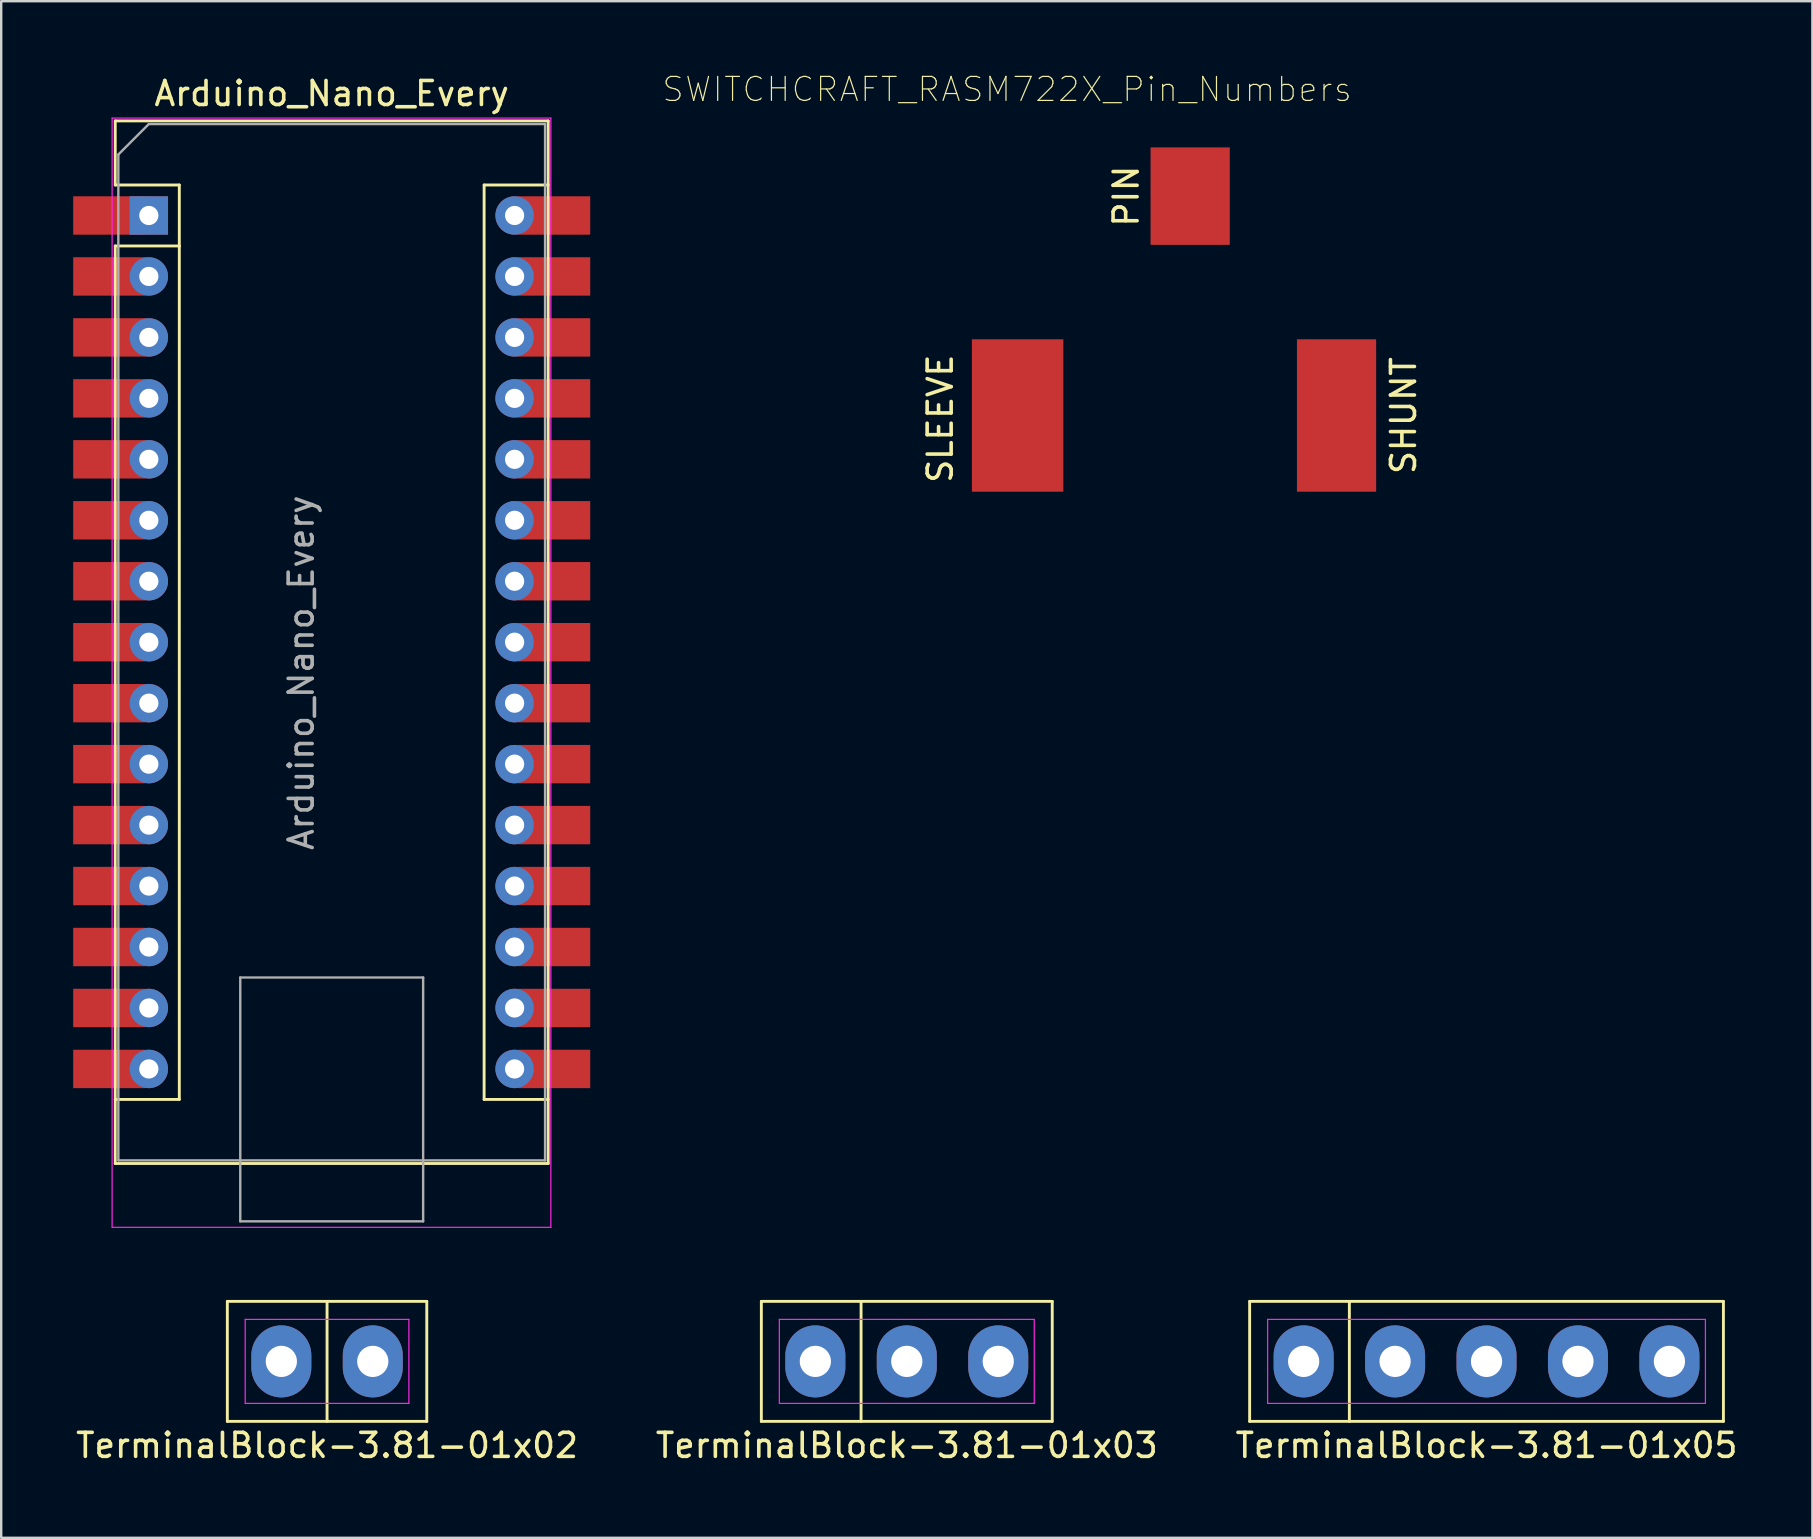
<source format=kicad_pcb>
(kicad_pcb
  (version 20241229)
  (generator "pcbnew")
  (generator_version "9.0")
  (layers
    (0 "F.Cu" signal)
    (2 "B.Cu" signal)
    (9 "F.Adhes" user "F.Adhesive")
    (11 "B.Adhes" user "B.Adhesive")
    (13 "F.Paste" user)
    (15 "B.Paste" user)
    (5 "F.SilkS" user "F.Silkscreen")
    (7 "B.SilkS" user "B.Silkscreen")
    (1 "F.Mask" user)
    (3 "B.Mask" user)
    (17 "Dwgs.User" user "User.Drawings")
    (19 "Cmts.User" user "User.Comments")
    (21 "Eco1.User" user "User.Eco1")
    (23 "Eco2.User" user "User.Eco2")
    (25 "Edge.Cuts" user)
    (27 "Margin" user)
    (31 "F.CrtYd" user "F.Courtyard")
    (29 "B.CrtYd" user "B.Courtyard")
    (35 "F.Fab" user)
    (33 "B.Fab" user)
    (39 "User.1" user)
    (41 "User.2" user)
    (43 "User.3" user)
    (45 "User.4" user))
  (footprint "SWITCHCRAFT_RASM722X_Pin_Numbers"
    (layer "F.Cu")
    (at 46.539 5.122)
    (property "Reference" "SWITCHCRAFT_RASM722X_Pin_Numbers" (at -7.627 -4.449 0) (layer "F.SilkS") (effects (font (size 1.001 1.001) (thickness 0.05))))
    (attr smd)
    (fp_text user "SHUNT" (at 8.89 9.144 90) (layer "F.SilkS") (effects (font (size 1 1) (thickness 0.15))))
    (fp_text user "SLEEVE" (at -10.414 9.271 90) (layer "F.SilkS") (effects (font (size 1 1) (thickness 0.15))))
    (fp_text user "PIN" (at -2.667 0 90) (layer "F.SilkS") (effects (font (size 1 1) (thickness 0.15))))
    (pad "1" smd rect (at 0 0 90) (size 4.06 3.3) (layers "F.Cu" "F.Mask" "F.Paste"))
    (pad "2" smd rect (at -7.189 9.14 90) (size 6.35 3.81) (layers "F.Cu" "F.Mask" "F.Paste"))
    (pad "3" smd rect (at 6.099 9.14 90) (size 6.35 3.3) (layers "F.Cu" "F.Mask" "F.Paste")))
  (footprint "TerminalBlock-3.81-01x05"
    (layer "F.Cu")
    (at 58.887 53.673)
    (property "Reference" "TerminalBlock-3.81-01x05" (at 0 3.5 0) (layer "F.SilkS") (effects (font (size 1 1) (thickness 0.15))))
    (attr through_hole)
    (fp_line (start -9.87 -2.5) (end 9.87 -2.5) (stroke (width 0.12) (type solid)) (layer "F.SilkS"))
    (fp_line (start -9.87 2.5) (end -9.87 -2.5) (stroke (width 0.12) (type solid)) (layer "F.SilkS"))
    (fp_line (start -5.715 -2.5) (end -5.715 2.5) (stroke (width 0.12) (type solid)) (layer "F.SilkS"))
    (fp_line (start 9.87 -2.5) (end 9.87 2.5) (stroke (width 0.12) (type solid)) (layer "F.SilkS"))
    (fp_line (start 9.87 2.5) (end -9.87 2.5) (stroke (width 0.12) (type solid)) (layer "F.SilkS"))
    (fp_line (start -9.12 -1.75) (end 9.12 -1.75) (stroke (width 0.05) (type solid)) (layer "F.CrtYd"))
    (fp_line (start -9.12 1.75) (end -9.12 -1.75) (stroke (width 0.05) (type solid)) (layer "F.CrtYd"))
    (fp_line (start 9.12 -1.75) (end 9.12 1.75) (stroke (width 0.05) (type solid)) (layer "F.CrtYd"))
    (fp_line (start 9.12 1.75) (end -9.12 1.75) (stroke (width 0.05) (type solid)) (layer "F.CrtYd"))
    (pad "1" thru_hole oval (at -7.62 0) (size 2.5 3) (drill 1.3) (layers "*.Cu" "*.Mask"))
    (pad "2" thru_hole oval (at -3.81 0) (size 2.5 3) (drill 1.3) (layers "*.Cu" "*.Mask"))
    (pad "3" thru_hole oval (at 0 0) (size 2.5 3) (drill 1.3) (layers "*.Cu" "*.Mask"))
    (pad "4" thru_hole oval (at 3.81 0) (size 2.5 3) (drill 1.3) (layers "*.Cu" "*.Mask"))
    (pad "5" thru_hole oval (at 7.62 0) (size 2.5 3) (drill 1.3) (layers "*.Cu" "*.Mask")))
  (footprint "TerminalBlock-3.81-01x02"
    (layer "F.Cu")
    (at 10.577 53.673)
    (property "Reference" "TerminalBlock-3.81-01x02" (at 0 3.5 0) (layer "F.SilkS") (effects (font (size 1 1) (thickness 0.15))))
    (attr through_hole)
    (fp_line (start -4.155 -2.5) (end 4.155 -2.5) (stroke (width 0.12) (type solid)) (layer "F.SilkS"))
    (fp_line (start -4.155 2.5) (end -4.155 -2.5) (stroke (width 0.12) (type solid)) (layer "F.SilkS"))
    (fp_line (start 0 -2.5) (end 0 2.5) (stroke (width 0.12) (type solid)) (layer "F.SilkS"))
    (fp_line (start 4.155 -2.5) (end 4.155 2.5) (stroke (width 0.12) (type solid)) (layer "F.SilkS"))
    (fp_line (start 4.155 2.5) (end -4.155 2.5) (stroke (width 0.12) (type solid)) (layer "F.SilkS"))
    (fp_line (start -3.41 -1.75) (end 3.41 -1.75) (stroke (width 0.05) (type solid)) (layer "F.CrtYd"))
    (fp_line (start -3.41 1.75) (end -3.41 -1.75) (stroke (width 0.05) (type solid)) (layer "F.CrtYd"))
    (fp_line (start 3.41 -1.75) (end 3.41 1.75) (stroke (width 0.05) (type solid)) (layer "F.CrtYd"))
    (fp_line (start 3.41 1.75) (end -3.41 1.75) (stroke (width 0.05) (type solid)) (layer "F.CrtYd"))
    (pad "1" thru_hole oval (at -1.905 0) (size 2.5 3) (drill 1.3) (layers "*.Cu" "*.Mask"))
    (pad "2" thru_hole oval (at 1.905 0) (size 2.5 3) (drill 1.3) (layers "*.Cu" "*.Mask")))
  (footprint "Arduino_Nano_Every"
    (layer "F.Cu")
    (at 3.151 5.928)
    (property "Reference" "Arduino_Nano_Every" (at 7.62 -5.08 0) (layer "F.SilkS") (effects (font (size 1 1) (thickness 0.15))))
    (attr through_hole)
    (fp_line (start -1.4 -3.94) (end -1.4 -1.27) (stroke (width 0.12) (type solid)) (layer "F.SilkS"))
    (fp_line (start -1.4 1.27) (end -1.4 39.5) (stroke (width 0.12) (type solid)) (layer "F.SilkS"))
    (fp_line (start -1.4 39.5) (end 16.64 39.5) (stroke (width 0.12) (type solid)) (layer "F.SilkS"))
    (fp_line (start 1.27 -1.27) (end -1.4 -1.27) (stroke (width 0.12) (type solid)) (layer "F.SilkS"))
    (fp_line (start 1.27 1.27) (end -1.4 1.27) (stroke (width 0.12) (type solid)) (layer "F.SilkS"))
    (fp_line (start 1.27 1.27) (end 1.27 -1.27) (stroke (width 0.12) (type solid)) (layer "F.SilkS"))
    (fp_line (start 1.27 1.27) (end 1.27 36.83) (stroke (width 0.12) (type solid)) (layer "F.SilkS"))
    (fp_line (start 1.27 36.83) (end -1.4 36.83) (stroke (width 0.12) (type solid)) (layer "F.SilkS"))
    (fp_line (start 13.97 -1.27) (end 13.97 36.83) (stroke (width 0.12) (type solid)) (layer "F.SilkS"))
    (fp_line (start 13.97 -1.27) (end 16.64 -1.27) (stroke (width 0.12) (type solid)) (layer "F.SilkS"))
    (fp_line (start 13.97 36.83) (end 16.64 36.83) (stroke (width 0.12) (type solid)) (layer "F.SilkS"))
    (fp_line (start 16.64 -3.94) (end -1.4 -3.94) (stroke (width 0.12) (type solid)) (layer "F.SilkS"))
    (fp_line (start 16.64 39.5) (end 16.64 -3.94) (stroke (width 0.12) (type solid)) (layer "F.SilkS"))
    (fp_line (start -1.53 -4.06) (end -1.53 42.16) (stroke (width 0.05) (type solid)) (layer "F.CrtYd"))
    (fp_line (start -1.53 -4.06) (end 16.75 -4.06) (stroke (width 0.05) (type solid)) (layer "F.CrtYd"))
    (fp_line (start 16.75 42.16) (end -1.53 42.16) (stroke (width 0.05) (type solid)) (layer "F.CrtYd"))
    (fp_line (start 16.75 42.16) (end 16.75 -4.06) (stroke (width 0.05) (type solid)) (layer "F.CrtYd"))
    (fp_line (start -1.27 -2.54) (end 0 -3.81) (stroke (width 0.1) (type solid)) (layer "F.Fab"))
    (fp_line (start -1.27 39.37) (end -1.27 -2.54) (stroke (width 0.1) (type solid)) (layer "F.Fab"))
    (fp_line (start 0 -3.81) (end 16.51 -3.81) (stroke (width 0.1) (type solid)) (layer "F.Fab"))
    (fp_line (start 3.81 31.75) (end 11.43 31.75) (stroke (width 0.1) (type solid)) (layer "F.Fab"))
    (fp_line (start 3.81 41.91) (end 3.81 31.75) (stroke (width 0.1) (type solid)) (layer "F.Fab"))
    (fp_line (start 11.43 31.75) (end 11.43 41.91) (stroke (width 0.1) (type solid)) (layer "F.Fab"))
    (fp_line (start 11.43 41.91) (end 3.81 41.91) (stroke (width 0.1) (type solid)) (layer "F.Fab"))
    (fp_line (start 16.51 -3.81) (end 16.51 39.37) (stroke (width 0.1) (type solid)) (layer "F.Fab"))
    (fp_line (start 16.51 39.37) (end -1.27 39.37) (stroke (width 0.1) (type solid)) (layer "F.Fab"))
    (fp_text user "${REFERENCE}" (at 6.35 19.05 90) (layer "F.Fab") (effects (font (size 1 1) (thickness 0.15))))
    (pad "1" smd rect (at -1.651 0) (size 3 1.6) (layers "F.Cu" "F.Mask" "F.Paste"))
    (pad "1" thru_hole rect (at 0 0) (size 1.6 1.6) (drill 0.8) (layers "*.Cu" "*.Mask"))
    (pad "2" smd rect (at -1.651 2.54) (size 3 1.6) (layers "F.Cu" "F.Mask" "F.Paste"))
    (pad "2" thru_hole oval (at 0 2.54) (size 1.6 1.6) (drill 0.8) (layers "*.Cu" "*.Mask"))
    (pad "3" smd rect (at -1.651 5.08) (size 3 1.6) (layers "F.Cu" "F.Mask" "F.Paste"))
    (pad "3" thru_hole oval (at 0 5.08) (size 1.6 1.6) (drill 0.8) (layers "*.Cu" "*.Mask"))
    (pad "4" smd rect (at -1.651 7.62) (size 3 1.6) (layers "F.Cu" "F.Mask" "F.Paste"))
    (pad "4" thru_hole oval (at 0 7.62) (size 1.6 1.6) (drill 0.8) (layers "*.Cu" "*.Mask"))
    (pad "5" smd rect (at -1.651 10.16) (size 3 1.6) (layers "F.Cu" "F.Mask" "F.Paste"))
    (pad "5" thru_hole oval (at 0 10.16) (size 1.6 1.6) (drill 0.8) (layers "*.Cu" "*.Mask"))
    (pad "6" smd rect (at -1.651 12.7) (size 3 1.6) (layers "F.Cu" "F.Mask" "F.Paste"))
    (pad "6" thru_hole oval (at 0 12.7) (size 1.6 1.6) (drill 0.8) (layers "*.Cu" "*.Mask"))
    (pad "7" smd rect (at -1.651 15.24) (size 3 1.6) (layers "F.Cu" "F.Mask" "F.Paste"))
    (pad "7" thru_hole oval (at 0 15.24) (size 1.6 1.6) (drill 0.8) (layers "*.Cu" "*.Mask"))
    (pad "8" smd rect (at -1.651 17.78) (size 3 1.6) (layers "F.Cu" "F.Mask" "F.Paste"))
    (pad "8" thru_hole oval (at 0 17.78) (size 1.6 1.6) (drill 0.8) (layers "*.Cu" "*.Mask"))
    (pad "9" smd rect (at -1.651 20.32) (size 3 1.6) (layers "F.Cu" "F.Mask" "F.Paste"))
    (pad "9" thru_hole oval (at 0 20.32) (size 1.6 1.6) (drill 0.8) (layers "*.Cu" "*.Mask"))
    (pad "10" smd rect (at -1.651 22.86) (size 3 1.6) (layers "F.Cu" "F.Mask" "F.Paste"))
    (pad "10" thru_hole oval (at 0 22.86) (size 1.6 1.6) (drill 0.8) (layers "*.Cu" "*.Mask"))
    (pad "11" smd rect (at -1.651 25.4) (size 3 1.6) (layers "F.Cu" "F.Mask" "F.Paste"))
    (pad "11" thru_hole oval (at 0 25.4) (size 1.6 1.6) (drill 0.8) (layers "*.Cu" "*.Mask"))
    (pad "12" smd rect (at -1.651 27.94) (size 3 1.6) (layers "F.Cu" "F.Mask" "F.Paste"))
    (pad "12" thru_hole oval (at 0 27.94) (size 1.6 1.6) (drill 0.8) (layers "*.Cu" "*.Mask"))
    (pad "13" smd rect (at -1.651 30.48) (size 3 1.6) (layers "F.Cu" "F.Mask" "F.Paste"))
    (pad "13" thru_hole oval (at 0 30.48) (size 1.6 1.6) (drill 0.8) (layers "*.Cu" "*.Mask"))
    (pad "14" smd rect (at -1.651 33.02) (size 3 1.6) (layers "F.Cu" "F.Mask" "F.Paste"))
    (pad "14" thru_hole oval (at 0 33.02) (size 1.6 1.6) (drill 0.8) (layers "*.Cu" "*.Mask"))
    (pad "15" smd rect (at -1.651 35.56) (size 3 1.6) (layers "F.Cu" "F.Mask" "F.Paste"))
    (pad "15" thru_hole oval (at 0 35.56) (size 1.6 1.6) (drill 0.8) (layers "*.Cu" "*.Mask"))
    (pad "16" thru_hole oval (at 15.24 35.56) (size 1.6 1.6) (drill 0.8) (layers "*.Cu" "*.Mask"))
    (pad "16" smd rect (at 16.891 35.56) (size 3 1.6) (layers "F.Cu" "F.Mask" "F.Paste"))
    (pad "17" thru_hole oval (at 15.24 33.02) (size 1.6 1.6) (drill 0.8) (layers "*.Cu" "*.Mask"))
    (pad "17" smd rect (at 16.891 33.02) (size 3 1.6) (layers "F.Cu" "F.Mask" "F.Paste"))
    (pad "18" thru_hole oval (at 15.24 30.48) (size 1.6 1.6) (drill 0.8) (layers "*.Cu" "*.Mask"))
    (pad "18" smd rect (at 16.891 30.48) (size 3 1.6) (layers "F.Cu" "F.Mask" "F.Paste"))
    (pad "19" thru_hole oval (at 15.24 27.94) (size 1.6 1.6) (drill 0.8) (layers "*.Cu" "*.Mask"))
    (pad "19" smd rect (at 16.891 27.94) (size 3 1.6) (layers "F.Cu" "F.Mask" "F.Paste"))
    (pad "20" thru_hole oval (at 15.24 25.4) (size 1.6 1.6) (drill 0.8) (layers "*.Cu" "*.Mask"))
    (pad "20" smd rect (at 16.891 25.4) (size 3 1.6) (layers "F.Cu" "F.Mask" "F.Paste"))
    (pad "21" thru_hole oval (at 15.24 22.86) (size 1.6 1.6) (drill 0.8) (layers "*.Cu" "*.Mask"))
    (pad "21" smd rect (at 16.891 22.86) (size 3 1.6) (layers "F.Cu" "F.Mask" "F.Paste"))
    (pad "22" thru_hole oval (at 15.24 20.32) (size 1.6 1.6) (drill 0.8) (layers "*.Cu" "*.Mask"))
    (pad "22" smd rect (at 16.891 20.32) (size 3 1.6) (layers "F.Cu" "F.Mask" "F.Paste"))
    (pad "23" thru_hole oval (at 15.24 17.78) (size 1.6 1.6) (drill 0.8) (layers "*.Cu" "*.Mask"))
    (pad "23" smd rect (at 16.891 17.78) (size 3 1.6) (layers "F.Cu" "F.Mask" "F.Paste"))
    (pad "24" thru_hole oval (at 15.24 15.24) (size 1.6 1.6) (drill 0.8) (layers "*.Cu" "*.Mask"))
    (pad "24" smd rect (at 16.891 15.24) (size 3 1.6) (layers "F.Cu" "F.Mask" "F.Paste"))
    (pad "25" thru_hole oval (at 15.24 12.7) (size 1.6 1.6) (drill 0.8) (layers "*.Cu" "*.Mask"))
    (pad "25" smd rect (at 16.891 12.7) (size 3 1.6) (layers "F.Cu" "F.Mask" "F.Paste"))
    (pad "26" thru_hole oval (at 15.24 10.16) (size 1.6 1.6) (drill 0.8) (layers "*.Cu" "*.Mask"))
    (pad "26" smd rect (at 16.891 10.16) (size 3 1.6) (layers "F.Cu" "F.Mask" "F.Paste"))
    (pad "27" thru_hole oval (at 15.24 7.62) (size 1.6 1.6) (drill 0.8) (layers "*.Cu" "*.Mask"))
    (pad "27" smd rect (at 16.891 7.62) (size 3 1.6) (layers "F.Cu" "F.Mask" "F.Paste"))
    (pad "28" thru_hole oval (at 15.24 5.08) (size 1.6 1.6) (drill 0.8) (layers "*.Cu" "*.Mask"))
    (pad "28" smd rect (at 16.891 5.08) (size 3 1.6) (layers "F.Cu" "F.Mask" "F.Paste"))
    (pad "29" thru_hole oval (at 15.24 2.54) (size 1.6 1.6) (drill 0.8) (layers "*.Cu" "*.Mask"))
    (pad "29" smd rect (at 16.891 2.54) (size 3 1.6) (layers "F.Cu" "F.Mask" "F.Paste"))
    (pad "30" thru_hole oval (at 15.24 0) (size 1.6 1.6) (drill 0.8) (layers "*.Cu" "*.Mask"))
    (pad "30" smd rect (at 16.891 0) (size 3 1.6) (layers "F.Cu" "F.Mask" "F.Paste")))
  (footprint "TerminalBlock-3.81-01x03"
    (layer "F.Cu")
    (at 34.732 53.673)
    (property "Reference" "TerminalBlock-3.81-01x03" (at 0 3.5 0) (layer "F.SilkS") (effects (font (size 1 1) (thickness 0.15))))
    (attr through_hole)
    (fp_line (start -6.06 -2.5) (end 6.06 -2.5) (stroke (width 0.12) (type solid)) (layer "F.SilkS"))
    (fp_line (start -6.06 2.5) (end -6.06 -2.5) (stroke (width 0.12) (type solid)) (layer "F.SilkS"))
    (fp_line (start -1.905 -2.5) (end -1.905 2.5) (stroke (width 0.12) (type solid)) (layer "F.SilkS"))
    (fp_line (start 6.06 -2.5) (end 6.06 2.5) (stroke (width 0.12) (type solid)) (layer "F.SilkS"))
    (fp_line (start 6.06 2.5) (end -6.06 2.5) (stroke (width 0.12) (type solid)) (layer "F.SilkS"))
    (fp_line (start -5.31 -1.75) (end 5.31 -1.75) (stroke (width 0.05) (type solid)) (layer "F.CrtYd"))
    (fp_line (start -5.31 1.75) (end -5.31 -1.75) (stroke (width 0.05) (type solid)) (layer "F.CrtYd"))
    (fp_line (start 5.31 -1.75) (end 5.31 1.75) (stroke (width 0.05) (type solid)) (layer "F.CrtYd"))
    (fp_line (start 5.31 1.75) (end -5.31 1.75) (stroke (width 0.05) (type solid)) (layer "F.CrtYd"))
    (pad "1" thru_hole oval (at -3.81 0) (size 2.5 3) (drill 1.3) (layers "*.Cu" "*.Mask"))
    (pad "2" thru_hole oval (at 0 0) (size 2.5 3) (drill 1.3) (layers "*.Cu" "*.Mask"))
    (pad "3" thru_hole oval (at 3.81 0) (size 2.5 3) (drill 1.3) (layers "*.Cu" "*.Mask")))
  (gr_rect
    (start -3 -3)
    (end 72.464 61.022)
    (stroke (width 0.1) (type default))
    (fill no)
    (layer "Edge.Cuts")))
</source>
